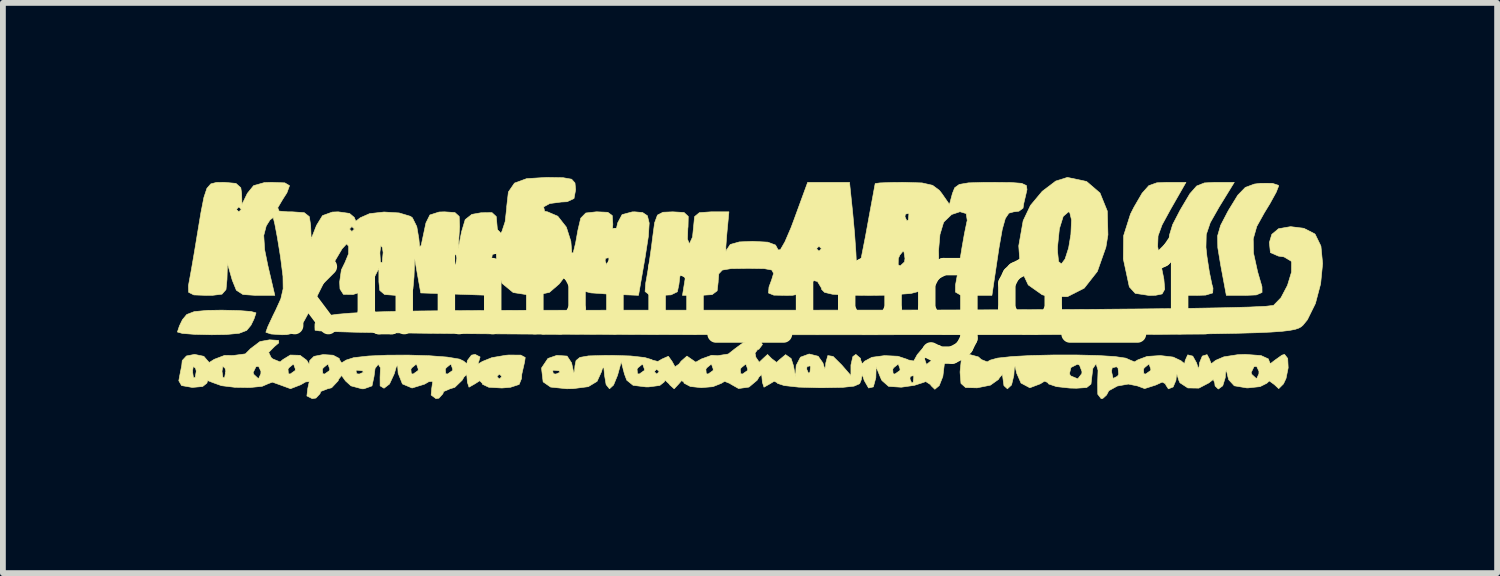
<source format=kicad_pcb>
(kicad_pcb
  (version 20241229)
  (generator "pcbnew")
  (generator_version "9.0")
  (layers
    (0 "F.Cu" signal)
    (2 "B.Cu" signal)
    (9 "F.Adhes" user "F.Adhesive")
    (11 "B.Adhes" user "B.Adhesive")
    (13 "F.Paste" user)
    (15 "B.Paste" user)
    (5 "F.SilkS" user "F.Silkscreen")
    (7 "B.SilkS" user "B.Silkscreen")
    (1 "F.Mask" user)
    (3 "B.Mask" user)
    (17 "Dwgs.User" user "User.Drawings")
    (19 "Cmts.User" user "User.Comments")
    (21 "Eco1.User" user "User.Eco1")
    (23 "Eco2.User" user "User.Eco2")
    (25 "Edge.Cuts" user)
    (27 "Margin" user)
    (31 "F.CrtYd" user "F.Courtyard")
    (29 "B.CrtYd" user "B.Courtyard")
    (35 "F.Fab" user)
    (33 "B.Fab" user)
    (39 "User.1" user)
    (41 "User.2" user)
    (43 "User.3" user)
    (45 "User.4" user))
  (footprint "kulibin_logo_1"
    (layer "F.Cu")
    (at 9.826 1.868)
    (property "Reference" "kulibin_logo_1" (at 0 0 0) (layer "F.SilkS") (effects (font (size 1.524 1.524) (thickness 0.3))))
    (attr through_hole)
    (fp_poly (pts (xy -8.765 0.43) (xy -8.554 0.446) (xy -8.467 0.47) (xy -8.467 0.471) (xy -8.502 0.576) (xy -8.554 0.683) (xy -8.628 0.772) (xy -8.758 0.822) (xy -8.985 0.843) (xy -9.232 0.847) (xy -9.523 0.84) (xy -9.734 0.824) (xy -9.821 0.8) (xy -9.821 0.799) (xy -9.786 0.694) (xy -9.734 0.587) (xy -9.66 0.498) (xy -9.53 0.448) (xy -9.303 0.427) (xy -9.056 0.423) (xy -8.765 0.43)) (stroke (width 0.01) (type solid)) (fill yes) (layer "F.SilkS"))
    (fp_poly (pts (xy 7.281 -1.311) (xy 7.136 -1.045) (xy 7.067 -0.856) (xy 7.06 -0.675) (xy 7.101 -0.436) (xy 7.105 -0.418) (xy 7.167 -0.113) (xy 7.182 0.063) (xy 7.137 0.144) (xy 7.021 0.168) (xy 6.906 0.169) (xy 6.674 0.134) (xy 6.572 0.022) (xy 6.572 0.021) (xy 6.469 -0.459) (xy 6.474 -0.859) (xy 6.592 -1.231) (xy 6.651 -1.348) (xy 6.793 -1.592) (xy 6.908 -1.721) (xy 7.045 -1.77) (xy 7.216 -1.778) (xy 7.548 -1.778) (xy 7.281 -1.311)) (stroke (width 0.01) (type solid)) (fill yes) (layer "F.SilkS"))
    (fp_poly (pts (xy 8.117 -1.35) (xy 7.966 -1.084) (xy 7.897 -0.879) (xy 7.892 -0.659) (xy 7.909 -0.502) (xy 7.951 -0.231) (xy 7.995 -0.019) (xy 8.013 0.043) (xy 8.008 0.127) (xy 7.886 0.164) (xy 7.73 0.169) (xy 7.398 0.169) (xy 7.308 -0.36) (xy 7.262 -0.659) (xy 7.262 -0.865) (xy 7.319 -1.052) (xy 7.444 -1.293) (xy 7.467 -1.333) (xy 7.615 -1.582) (xy 7.732 -1.715) (xy 7.865 -1.768) (xy 8.049 -1.778) (xy 8.38 -1.778) (xy 8.117 -1.35)) (stroke (width 0.01) (type solid)) (fill yes) (layer "F.SilkS"))
    (fp_poly (pts (xy 9.036 -1.761) (xy 9.14 -1.727) (xy 9.144 -1.715) (xy 9.102 -1.608) (xy 8.993 -1.41) (xy 8.897 -1.253) (xy 8.767 -1.019) (xy 8.706 -0.804) (xy 8.711 -0.559) (xy 8.782 -0.236) (xy 8.857 0.021) (xy 8.858 0.118) (xy 8.76 0.161) (xy 8.572 0.169) (xy 8.243 0.169) (xy 8.145 -0.356) (xy 8.096 -0.653) (xy 8.092 -0.855) (xy 8.144 -1.036) (xy 8.264 -1.267) (xy 8.288 -1.309) (xy 8.44 -1.557) (xy 8.569 -1.69) (xy 8.724 -1.748) (xy 8.836 -1.762) (xy 9.036 -1.761)) (stroke (width 0.01) (type solid)) (fill yes) (layer "F.SilkS"))
    (fp_poly (pts (xy 5.836 -1.793) (xy 6.067 -1.595) (xy 6.193 -1.284) (xy 6.204 -0.874) (xy 6.169 -0.661) (xy 6.022 -0.244) (xy 5.796 0.044) (xy 5.507 0.191) (xy 5.17 0.187) (xy 5.071 0.158) (xy 4.832 -0.011) (xy 4.696 -0.299) (xy 4.674 -0.597) (xy 5.335 -0.597) (xy 5.354 -0.413) (xy 5.403 -0.373) (xy 5.466 -0.458) (xy 5.527 -0.648) (xy 5.566 -0.882) (xy 5.577 -1.131) (xy 5.546 -1.259) (xy 5.524 -1.27) (xy 5.434 -1.192) (xy 5.368 -0.979) (xy 5.336 -0.669) (xy 5.335 -0.597) (xy 4.674 -0.597) (xy 4.668 -0.684) (xy 4.744 -1.116) (xy 4.87 -1.381) (xy 5.073 -1.624) (xy 5.305 -1.8) (xy 5.506 -1.863) (xy 5.836 -1.793)) (stroke (width 0.01) (type solid)) (fill yes) (layer "F.SilkS"))
    (fp_poly (pts (xy 9.579 -0.986) (xy 9.762 -0.893) (xy 9.773 -0.883) (xy 9.872 -0.68) (xy 9.901 -0.379) (xy 9.867 -0.032) (xy 9.777 0.309) (xy 9.638 0.59) (xy 9.562 0.683) (xy 9.531 0.71) (xy 9.489 0.733) (xy 9.427 0.754) (xy 9.333 0.772) (xy 9.198 0.788) (xy 9.012 0.801) (xy 8.765 0.812) (xy 8.447 0.821) (xy 8.048 0.829) (xy 7.558 0.834) (xy 6.967 0.839) (xy 6.265 0.842) (xy 5.442 0.844) (xy 4.488 0.846) (xy 3.394 0.846) (xy 2.148 0.847) (xy 0.974 0.847) (xy -0.373 0.846) (xy -1.626 0.844) (xy -2.778 0.84) (xy -3.822 0.835) (xy -4.75 0.829) (xy -5.555 0.821) (xy -6.227 0.812) (xy -6.761 0.803) (xy -7.148 0.792) (xy -7.38 0.78) (xy -7.451 0.769) (xy -7.453 0.712) (xy -7.452 0.661) (xy -7.439 0.617) (xy -7.404 0.578) (xy -7.337 0.545) (xy -7.227 0.517) (xy -7.066 0.494) (xy -6.843 0.475) (xy -6.548 0.459) (xy -6.171 0.447) (xy -5.703 0.438) (xy -5.133 0.432) (xy -4.452 0.428) (xy -3.65 0.425) (xy -2.717 0.424) (xy -1.643 0.423) (xy -0.418 0.423) (xy 0.777 0.423) (xy 2.261 0.422) (xy 3.609 0.42) (xy 4.818 0.415) (xy 5.883 0.41) (xy 6.801 0.402) (xy 7.568 0.393) (xy 8.18 0.382) (xy 8.635 0.37) (xy 8.928 0.356) (xy 9.055 0.341) (xy 9.058 0.339) (xy 9.184 0.209) (xy 9.296 -0.004) (xy 9.365 -0.231) (xy 9.366 -0.402) (xy 9.357 -0.422) (xy 9.236 -0.494) (xy 9.139 -0.508) (xy 9.002 -0.568) (xy 8.984 -0.742) (xy 9.026 -0.882) (xy 9.143 -0.98) (xy 9.35 -1.015) (xy 9.579 -0.986)) (stroke (width 0.01) (type solid)) (fill yes) (layer "F.SilkS"))
    (fp_poly (pts (xy 9.3 1.255) (xy 9.308 1.416) (xy 9.271 1.599) (xy 9.227 1.693) (xy 9.145 1.775) (xy 9.07 1.705) (xy 8.983 1.642) (xy 8.94 1.682) (xy 8.824 1.74) (xy 8.618 1.762) (xy 8.594 1.762) (xy 8.38 1.726) (xy 8.284 1.622) (xy 8.271 1.574) (xy 8.253 1.499) (xy 8.67 1.499) (xy 8.682 1.53) (xy 8.764 1.605) (xy 8.804 1.519) (xy 8.805 1.477) (xy 8.764 1.389) (xy 8.719 1.398) (xy 8.67 1.499) (xy 8.253 1.499) (xy 8.243 1.455) (xy 8.23 1.499) (xy 8.224 1.587) (xy 8.181 1.726) (xy 8.105 1.782) (xy 8.049 1.728) (xy 8.043 1.676) (xy 8.018 1.617) (xy 7.942 1.676) (xy 7.77 1.766) (xy 7.58 1.763) (xy 7.444 1.674) (xy 7.424 1.63) (xy 7.392 1.525) (xy 7.379 1.586) (xy 7.376 1.63) (xy 7.327 1.746) (xy 7.245 1.779) (xy 7.197 1.705) (xy 7.197 1.693) (xy 7.139 1.662) (xy 7.027 1.713) (xy 6.836 1.774) (xy 6.715 1.729) (xy 6.556 1.696) (xy 6.366 1.73) (xy 6.219 1.811) (xy 6.181 1.884) (xy 6.115 1.944) (xy 6.087 1.947) (xy 6.029 1.872) (xy 6.026 1.667) (xy 6.027 1.651) (xy 6.033 1.477) (xy 6.265 1.477) (xy 6.293 1.599) (xy 6.367 1.562) (xy 6.389 1.53) (xy 6.38 1.439) (xy 6.816 1.439) (xy 6.822 1.517) (xy 6.853 1.524) (xy 6.939 1.463) (xy 6.943 1.439) (xy 6.914 1.357) (xy 6.905 1.355) (xy 6.833 1.414) (xy 6.816 1.439) (xy 6.38 1.439) (xy 6.378 1.421) (xy 6.351 1.398) (xy 6.278 1.416) (xy 6.265 1.477) (xy 6.033 1.477) (xy 6.033 1.456) (xy 6.003 1.358) (xy 5.994 1.355) (xy 5.944 1.427) (xy 5.927 1.567) (xy 5.912 1.697) (xy 5.838 1.756) (xy 5.66 1.768) (xy 5.546 1.765) (xy 5.318 1.74) (xy 5.182 1.694) (xy 5.165 1.669) (xy 5.113 1.646) (xy 5.039 1.692) (xy 4.859 1.76) (xy 4.707 1.679) (xy 4.637 1.519) (xy 5.541 1.519) (xy 5.562 1.555) (xy 5.685 1.606) (xy 5.755 1.515) (xy 5.757 1.482) (xy 5.714 1.369) (xy 5.678 1.355) (xy 5.567 1.411) (xy 5.541 1.519) (xy 4.637 1.519) (xy 4.632 1.508) (xy 4.605 1.389) (xy 4.591 1.426) (xy 4.584 1.545) (xy 4.544 1.712) (xy 4.473 1.778) (xy 4.413 1.723) (xy 4.4 1.63) (xy 4.387 1.53) (xy 4.335 1.588) (xy 4.319 1.616) (xy 4.18 1.715) (xy 3.951 1.761) (xy 3.949 1.761) (xy 3.753 1.756) (xy 3.673 1.685) (xy 3.658 1.5) (xy 3.658 1.479) (xy 3.679 1.273) (xy 3.756 1.192) (xy 3.813 1.185) (xy 3.973 1.228) (xy 4.024 1.274) (xy 4.125 1.314) (xy 4.177 1.284) (xy 4.302 1.249) (xy 4.551 1.222) (xy 4.886 1.204) (xy 5.27 1.195) (xy 5.663 1.195) (xy 6.027 1.204) (xy 6.324 1.222) (xy 6.514 1.25) (xy 6.563 1.273) (xy 6.661 1.314) (xy 6.72 1.279) (xy 6.878 1.22) (xy 7.106 1.205) (xy 7.327 1.231) (xy 7.465 1.296) (xy 7.471 1.303) (xy 7.525 1.345) (xy 7.534 1.291) (xy 7.578 1.193) (xy 7.665 1.215) (xy 7.731 1.333) (xy 7.763 1.438) (xy 7.776 1.378) (xy 7.78 1.333) (xy 7.829 1.214) (xy 7.911 1.189) (xy 7.958 1.277) (xy 7.959 1.287) (xy 7.984 1.346) (xy 8.06 1.287) (xy 8.201 1.227) (xy 8.44 1.19) (xy 8.568 1.185) (xy 8.84 1.205) (xy 8.967 1.263) (xy 8.975 1.287) (xy 9 1.346) (xy 9.076 1.287) (xy 9.201 1.198) (xy 9.246 1.185) (xy 9.3 1.255)) (stroke (width 0.01) (type solid)) (fill yes) (layer "F.SilkS"))
    (fp_poly (pts (xy 3.003 -1.768) (xy 3.184 -1.727) (xy 3.3 -1.641) (xy 3.342 -1.588) (xy 3.475 -1.397) (xy 3.526 -1.587) (xy 3.565 -1.685) (xy 3.644 -1.742) (xy 3.802 -1.769) (xy 4.077 -1.778) (xy 4.211 -1.778) (xy 4.533 -1.775) (xy 4.718 -1.761) (xy 4.8 -1.723) (xy 4.81 -1.652) (xy 4.795 -1.587) (xy 4.754 -1.412) (xy 4.742 -1.333) (xy 4.671 -1.281) (xy 4.581 -1.27) (xy 4.498 -1.247) (xy 4.437 -1.157) (xy 4.384 -0.968) (xy 4.328 -0.65) (xy 4.313 -0.55) (xy 4.206 0.169) (xy 3.874 0.169) (xy 3.662 0.161) (xy 3.578 0.112) (xy 3.579 -0.011) (xy 3.589 -0.064) (xy 3.633 -0.306) (xy 3.681 -0.595) (xy 3.687 -0.635) (xy 3.732 -0.891) (xy 3.774 -1.094) (xy 3.781 -1.122) (xy 3.763 -1.24) (xy 3.656 -1.272) (xy 3.512 -1.224) (xy 3.383 -1.1) (xy 3.371 -1.079) (xy 3.311 -0.879) (xy 3.287 -0.601) (xy 3.29 -0.497) (xy 3.287 -0.235) (xy 3.221 -0.051) (xy 3.07 0.068) (xy 2.811 0.136) (xy 2.421 0.165) (xy 2.098 0.169) (xy 1.708 0.165) (xy 1.459 0.149) (xy 1.324 0.117) (xy 1.273 0.065) (xy 1.27 0.042) (xy 1.202 -0.07) (xy 1.143 -0.085) (xy 1.031 -0.017) (xy 1.016 0.042) (xy 0.96 0.131) (xy 0.775 0.167) (xy 0.677 0.169) (xy 0.45 0.165) (xy 0.358 0.128) (xy 0.367 0.024) (xy 0.413 -0.1) (xy 0.446 -0.21) (xy 0.415 -0.268) (xy 0.286 -0.292) (xy 0.025 -0.296) (xy -0.01 -0.296) (xy -0.288 -0.292) (xy -0.437 -0.267) (xy -0.497 -0.203) (xy -0.508 -0.08) (xy -0.508 -0.064) (xy -0.526 0.091) (xy -0.613 0.156) (xy -0.815 0.169) (xy -1.123 0.169) (xy -1.072 -0.148) (xy -1.051 -0.338) (xy -1.077 -0.37) (xy -1.102 -0.339) (xy -1.169 -0.151) (xy -1.184 -0.021) (xy -1.211 0.107) (xy -1.32 0.16) (xy -1.492 0.169) (xy -1.693 0.16) (xy -1.767 0.102) (xy -1.755 -0.049) (xy -1.745 -0.101) (xy -1.703 -0.348) (xy -1.657 -0.667) (xy -1.638 -0.821) (xy -1.603 -1.081) (xy -1.554 -1.214) (xy -1.459 -1.263) (xy -1.291 -1.27) (xy -1.096 -1.259) (xy -1.023 -1.191) (xy -1.027 -1.014) (xy -1.031 -0.98) (xy -1.037 -0.8) (xy -1.008 -0.728) (xy -0.998 -0.731) (xy -0.95 -0.836) (xy -0.931 -1.021) (xy -0.915 -1.187) (xy -0.832 -1.256) (xy -0.632 -1.27) (xy -0.627 -1.27) (xy -0.323 -1.27) (xy -0.361 -0.868) (xy -0.376 -0.667) (xy -0.374 -0.588) (xy -0.363 -0.614) (xy -0.3 -0.708) (xy -0.144 -0.752) (xy 0.084 -0.762) (xy 0.346 -0.748) (xy 0.48 -0.698) (xy 0.525 -0.614) (xy 0.563 -0.618) (xy 0.573 -0.635) (xy 1.185 -0.635) (xy 1.228 -0.593) (xy 1.27 -0.635) (xy 1.228 -0.677) (xy 1.185 -0.635) (xy 0.573 -0.635) (xy 0.642 -0.755) (xy 0.747 -0.999) (xy 0.793 -1.122) (xy 1.033 -1.778) (xy 1.754 -1.778) (xy 1.808 -1.258) (xy 1.84 -0.908) (xy 1.864 -0.566) (xy 1.872 -0.39) (xy 1.884 -0.276) (xy 1.912 -0.307) (xy 1.925 -0.357) (xy 2.592 -0.357) (xy 2.627 -0.339) (xy 2.7 -0.407) (xy 2.709 -0.466) (xy 2.691 -0.579) (xy 2.676 -0.593) (xy 2.621 -0.526) (xy 2.594 -0.466) (xy 2.592 -0.357) (xy 1.925 -0.357) (xy 1.958 -0.489) (xy 2.025 -0.83) (xy 2.036 -0.889) (xy 2.09 -1.185) (xy 2.709 -1.185) (xy 2.74 -1.116) (xy 2.766 -1.129) (xy 2.776 -1.229) (xy 2.766 -1.242) (xy 2.715 -1.23) (xy 2.709 -1.185) (xy 2.09 -1.185) (xy 2.101 -1.245) (xy 2.154 -1.531) (xy 2.187 -1.712) (xy 2.196 -1.757) (xy 2.276 -1.768) (xy 2.478 -1.776) (xy 2.705 -1.778) (xy 3.003 -1.768)) (stroke (width 0.01) (type solid)) (fill yes) (layer "F.SilkS"))
    (fp_poly (pts (xy -8.079 0.944) (xy -8.075 0.987) (xy -8.15 1.05) (xy -8.249 1.151) (xy -8.207 1.239) (xy -8.179 1.263) (xy -8.052 1.315) (xy -8.004 1.274) (xy -7.876 1.196) (xy -7.708 1.201) (xy -7.593 1.287) (xy -7.591 1.291) (xy -7.553 1.354) (xy -7.542 1.291) (xy -7.469 1.219) (xy -7.31 1.188) (xy -7.14 1.199) (xy -7.035 1.254) (xy -7.027 1.28) (xy -6.993 1.332) (xy -6.915 1.283) (xy -6.783 1.241) (xy -6.531 1.213) (xy -6.201 1.198) (xy -5.837 1.197) (xy -5.482 1.208) (xy -5.176 1.231) (xy -4.964 1.266) (xy -4.891 1.301) (xy -4.837 1.347) (xy -4.827 1.291) (xy -4.757 1.198) (xy -4.694 1.185) (xy -4.608 1.229) (xy -4.626 1.291) (xy -4.648 1.354) (xy -4.567 1.306) (xy -4.405 1.241) (xy -4.164 1.2) (xy -4.117 1.196) (xy -3.908 1.197) (xy -3.831 1.238) (xy -3.842 1.316) (xy -3.89 1.526) (xy -3.895 1.602) (xy -3.936 1.703) (xy -4.086 1.752) (xy -4.233 1.764) (xy -4.459 1.751) (xy -4.568 1.699) (xy -4.572 1.682) (xy -4.614 1.639) (xy -4.699 1.693) (xy -4.799 1.75) (xy -4.828 1.662) (xy -4.829 1.64) (xy -4.835 1.566) (xy -4.318 1.566) (xy -4.276 1.609) (xy -4.233 1.566) (xy -4.276 1.524) (xy -4.318 1.566) (xy -4.835 1.566) (xy -4.839 1.531) (xy -4.885 1.575) (xy -4.917 1.63) (xy -5.044 1.753) (xy -5.127 1.778) (xy -5.236 1.825) (xy -5.249 1.863) (xy -5.317 1.939) (xy -5.368 1.947) (xy -5.451 1.885) (xy -5.441 1.77) (xy -5.423 1.648) (xy -5.491 1.655) (xy -5.565 1.698) (xy -5.78 1.764) (xy -5.946 1.694) (xy -6.02 1.508) (xy -6.02 1.505) (xy -6.024 1.439) (xy -5.8 1.439) (xy -5.793 1.517) (xy -5.762 1.524) (xy -5.676 1.463) (xy -5.673 1.439) (xy -5.207 1.439) (xy -5.2 1.517) (xy -5.17 1.524) (xy -5.083 1.463) (xy -5.08 1.439) (xy -5.109 1.357) (xy -5.117 1.355) (xy -5.19 1.414) (xy -5.207 1.439) (xy -5.673 1.439) (xy -5.702 1.357) (xy -5.71 1.355) (xy -5.782 1.414) (xy -5.8 1.439) (xy -6.024 1.439) (xy -6.029 1.373) (xy -6.051 1.398) (xy -6.086 1.518) (xy -6.168 1.695) (xy -6.263 1.768) (xy -6.33 1.727) (xy -6.331 1.577) (xy -6.324 1.415) (xy -6.362 1.355) (xy -6.417 1.427) (xy -6.435 1.566) (xy -6.47 1.728) (xy -6.607 1.777) (xy -6.642 1.778) (xy -6.832 1.727) (xy -6.926 1.642) (xy -6.993 1.549) (xy -7.041 1.609) (xy -7.054 1.642) (xy -7.165 1.76) (xy -7.236 1.778) (xy -7.351 1.823) (xy -7.366 1.863) (xy -7.435 1.937) (xy -7.499 1.947) (xy -7.591 1.901) (xy -7.576 1.773) (xy -7.55 1.654) (xy -7.613 1.659) (xy -7.697 1.708) (xy -7.873 1.776) (xy -8.039 1.715) (xy -8.185 1.663) (xy -8.251 1.687) (xy -8.362 1.735) (xy -8.576 1.756) (xy -8.831 1.752) (xy -9.062 1.724) (xy -9.207 1.672) (xy -9.207 1.672) (xy -9.3 1.636) (xy -9.313 1.68) (xy -9.386 1.738) (xy -9.563 1.754) (xy -9.571 1.753) (xy -9.749 1.722) (xy -9.797 1.639) (xy -9.784 1.566) (xy -9.766 1.475) (xy -9.561 1.475) (xy -9.545 1.584) (xy -9.516 1.586) (xy -9.496 1.475) (xy -9.053 1.475) (xy -9.037 1.584) (xy -9.008 1.586) (xy -8.993 1.499) (xy -8.517 1.499) (xy -8.505 1.53) (xy -8.424 1.605) (xy -8.384 1.519) (xy -8.382 1.477) (xy -8.4 1.439) (xy -7.916 1.439) (xy -7.91 1.517) (xy -7.879 1.524) (xy -7.793 1.463) (xy -7.789 1.439) (xy -7.324 1.439) (xy -7.317 1.517) (xy -7.286 1.524) (xy -7.207 1.468) (xy -6.745 1.468) (xy -6.733 1.518) (xy -6.689 1.524) (xy -6.619 1.493) (xy -6.632 1.468) (xy -6.733 1.457) (xy -6.745 1.468) (xy -7.207 1.468) (xy -7.2 1.463) (xy -7.197 1.439) (xy -7.226 1.357) (xy -7.234 1.355) (xy -7.306 1.414) (xy -7.324 1.439) (xy -7.789 1.439) (xy -7.818 1.357) (xy -7.827 1.355) (xy -7.899 1.414) (xy -7.916 1.439) (xy -8.4 1.439) (xy -8.424 1.389) (xy -8.468 1.398) (xy -8.517 1.499) (xy -8.993 1.499) (xy -8.988 1.472) (xy -9.001 1.423) (xy -9.039 1.391) (xy -9.053 1.475) (xy -9.496 1.475) (xy -9.496 1.472) (xy -9.509 1.423) (xy -9.547 1.391) (xy -9.561 1.475) (xy -9.766 1.475) (xy -9.746 1.375) (xy -9.738 1.291) (xy -9.665 1.212) (xy -9.525 1.185) (xy -9.366 1.218) (xy -9.313 1.28) (xy -9.273 1.325) (xy -9.187 1.27) (xy -9.008 1.202) (xy -8.86 1.204) (xy -8.65 1.176) (xy -8.562 1.087) (xy -8.399 0.964) (xy -8.233 0.934) (xy -8.079 0.944)) (stroke (width 0.01) (type solid)) (fill yes) (layer "F.SilkS"))
    (fp_poly (pts (xy 0.222 0.954) (xy 0.254 1.016) (xy 0.192 1.098) (xy 0.172 1.101) (xy 0.127 1.163) (xy 0.141 1.235) (xy 0.199 1.32) (xy 0.266 1.256) (xy 0.342 1.186) (xy 0.413 1.258) (xy 0.498 1.323) (xy 0.545 1.279) (xy 0.653 1.189) (xy 0.748 1.256) (xy 0.787 1.376) (xy 0.824 1.566) (xy 0.831 1.439) (xy 1.016 1.439) (xy 1.047 1.509) (xy 1.072 1.496) (xy 1.083 1.395) (xy 1.072 1.383) (xy 1.022 1.395) (xy 1.016 1.439) (xy 0.831 1.439) (xy 0.835 1.376) (xy 0.909 1.233) (xy 1.059 1.178) (xy 1.214 1.217) (xy 1.296 1.333) (xy 1.328 1.438) (xy 1.342 1.378) (xy 1.345 1.333) (xy 1.38 1.205) (xy 1.471 1.22) (xy 1.62 1.368) (xy 1.778 1.55) (xy 1.778 1.368) (xy 1.811 1.223) (xy 1.863 1.185) (xy 1.942 1.252) (xy 1.949 1.291) (xy 1.973 1.348) (xy 2.012 1.303) (xy 2.14 1.235) (xy 2.357 1.206) (xy 2.587 1.217) (xy 2.755 1.273) (xy 2.763 1.28) (xy 2.859 1.299) (xy 2.876 1.27) (xy 3.048 1.27) (xy 3.077 1.352) (xy 3.085 1.355) (xy 3.158 1.295) (xy 3.175 1.27) (xy 3.168 1.192) (xy 3.138 1.185) (xy 3.051 1.247) (xy 3.048 1.27) (xy 2.876 1.27) (xy 2.92 1.19) (xy 3.044 1.044) (xy 3.181 1.016) (xy 3.314 1.036) (xy 3.373 1.127) (xy 3.387 1.337) (xy 3.387 1.35) (xy 3.361 1.565) (xy 3.299 1.722) (xy 3.223 1.786) (xy 3.156 1.721) (xy 3.152 1.708) (xy 3.067 1.653) (xy 3.02 1.67) (xy 2.871 1.718) (xy 2.648 1.75) (xy 2.641 1.75) (xy 2.427 1.736) (xy 2.312 1.635) (xy 2.299 1.609) (xy 2.794 1.609) (xy 2.825 1.678) (xy 2.85 1.665) (xy 2.861 1.565) (xy 2.85 1.552) (xy 2.8 1.564) (xy 2.794 1.609) (xy 2.299 1.609) (xy 2.287 1.583) (xy 2.229 1.439) (xy 2.498 1.439) (xy 2.504 1.517) (xy 2.535 1.524) (xy 2.621 1.463) (xy 2.625 1.439) (xy 2.596 1.357) (xy 2.587 1.355) (xy 2.515 1.414) (xy 2.498 1.439) (xy 2.229 1.439) (xy 2.212 1.397) (xy 2.207 1.587) (xy 2.164 1.745) (xy 2.082 1.764) (xy 2.006 1.632) (xy 2.006 1.63) (xy 1.973 1.533) (xy 1.959 1.599) (xy 1.957 1.621) (xy 1.928 1.69) (xy 1.831 1.732) (xy 1.635 1.753) (xy 1.308 1.759) (xy 1.228 1.759) (xy 0.878 1.749) (xy 0.63 1.722) (xy 0.513 1.684) (xy 0.508 1.673) (xy 0.457 1.647) (xy 0.381 1.693) (xy 0.281 1.75) (xy 0.252 1.662) (xy 0.251 1.64) (xy 0.241 1.531) (xy 0.195 1.575) (xy 0.163 1.63) (xy 0.022 1.748) (xy -0.157 1.773) (xy -0.295 1.695) (xy -0.299 1.689) (xy -0.397 1.649) (xy -0.455 1.684) (xy -0.599 1.741) (xy -0.799 1.758) (xy -0.987 1.738) (xy -1.095 1.681) (xy -1.102 1.659) (xy -1.138 1.637) (xy -1.187 1.693) (xy -1.266 1.778) (xy -1.342 1.71) (xy -1.353 1.693) (xy -1.422 1.629) (xy -1.438 1.66) (xy -1.514 1.72) (xy -1.705 1.745) (xy -1.753 1.745) (xy -1.973 1.718) (xy -2.082 1.63) (xy -2.122 1.524) (xy -2.144 1.439) (xy -1.905 1.439) (xy -1.898 1.517) (xy -1.868 1.524) (xy -1.808 1.482) (xy -1.609 1.482) (xy -1.566 1.524) (xy -1.524 1.482) (xy -1.566 1.439) (xy -0.72 1.439) (xy -0.713 1.517) (xy -0.682 1.524) (xy -0.596 1.463) (xy -0.593 1.439) (xy -0.127 1.439) (xy -0.12 1.517) (xy -0.09 1.524) (xy -0.003 1.463) (xy 0 1.439) (xy -0.029 1.357) (xy -0.037 1.355) (xy -0.11 1.414) (xy -0.127 1.439) (xy -0.593 1.439) (xy -0.622 1.357) (xy -0.63 1.355) (xy -0.702 1.414) (xy -0.72 1.439) (xy -1.566 1.439) (xy -1.609 1.482) (xy -1.808 1.482) (xy -1.781 1.463) (xy -1.778 1.439) (xy -1.807 1.357) (xy -1.815 1.355) (xy -1.888 1.414) (xy -1.905 1.439) (xy -2.144 1.439) (xy -2.177 1.312) (xy -2.241 1.545) (xy -2.31 1.713) (xy -2.38 1.778) (xy -2.438 1.705) (xy -2.465 1.545) (xy -2.478 1.406) (xy -2.502 1.428) (xy -2.517 1.482) (xy -2.594 1.65) (xy -2.745 1.741) (xy -3.009 1.775) (xy -3.114 1.777) (xy -3.394 1.748) (xy -3.522 1.659) (xy -3.523 1.656) (xy -3.545 1.468) (xy -3.358 1.468) (xy -3.347 1.518) (xy -3.302 1.524) (xy -3.232 1.493) (xy -3.246 1.468) (xy -3.346 1.457) (xy -3.358 1.468) (xy -3.545 1.468) (xy -3.55 1.419) (xy -3.44 1.255) (xy -3.287 1.202) (xy -3.11 1.214) (xy -3.032 1.332) (xy -3.024 1.371) (xy -2.995 1.503) (xy -2.981 1.473) (xy -2.975 1.384) (xy -2.956 1.291) (xy -2.89 1.237) (xy -2.741 1.211) (xy -2.473 1.203) (xy -2.328 1.202) (xy -2.016 1.212) (xy -1.774 1.239) (xy -1.649 1.276) (xy -1.643 1.283) (xy -1.547 1.307) (xy -1.475 1.265) (xy -1.366 1.217) (xy -1.303 1.305) (xy -1.251 1.399) (xy -1.183 1.352) (xy -1.146 1.302) (xy -1.046 1.214) (xy -0.979 1.261) (xy -0.894 1.319) (xy -0.797 1.264) (xy -0.62 1.2) (xy -0.518 1.207) (xy -0.335 1.179) (xy -0.222 1.09) (xy -0.075 0.982) (xy 0.093 0.933) (xy 0.222 0.954)) (stroke (width 0.01) (type solid)) (fill yes) (layer "F.SilkS"))
    (fp_poly (pts (xy -3.179 -1.858) (xy -3.032 -1.832) (xy -2.974 -1.767) (xy -2.963 -1.651) (xy -2.991 -1.499) (xy -3.11 -1.444) (xy -3.212 -1.439) (xy -3.408 -1.413) (xy -3.514 -1.355) (xy -3.497 -1.28) (xy -3.447 -1.27) (xy -3.271 -1.195) (xy -3.123 -1.007) (xy -3.045 -0.763) (xy -3.041 -0.713) (xy -3.029 -0.561) (xy -3.004 -0.567) (xy -2.963 -0.735) (xy -2.924 -0.953) (xy -2.875 -1.161) (xy -2.788 -1.25) (xy -2.61 -1.27) (xy -2.587 -1.27) (xy -2.409 -1.262) (xy -2.332 -1.206) (xy -2.322 -1.054) (xy -2.334 -0.91) (xy -2.345 -0.726) (xy -2.332 -0.701) (xy -2.293 -0.836) (xy -2.239 -1.079) (xy -2.163 -1.222) (xy -1.988 -1.269) (xy -1.946 -1.27) (xy -1.809 -1.258) (xy -1.727 -1.203) (xy -1.696 -1.077) (xy -1.71 -0.85) (xy -1.765 -0.494) (xy -1.787 -0.368) (xy -1.88 0.168) (xy -2.398 0.147) (xy -2.7 0.126) (xy -2.877 0.081) (xy -2.976 -0.002) (xy -3.005 -0.051) (xy -3.094 -0.229) (xy -3.244 -0.03) (xy -3.414 0.117) (xy -3.662 0.168) (xy -3.723 0.169) (xy -4.038 0.12) (xy -4.231 -0.039) (xy -4.317 -0.322) (xy -4.321 -0.393) (xy -3.752 -0.393) (xy -3.714 -0.339) (xy -3.659 -0.411) (xy -3.657 -0.423) (xy -2.455 -0.423) (xy -2.424 -0.354) (xy -2.399 -0.367) (xy -2.389 -0.467) (xy -2.399 -0.48) (xy -2.449 -0.468) (xy -2.455 -0.423) (xy -3.657 -0.423) (xy -3.641 -0.55) (xy -3.652 -0.71) (xy -3.673 -0.762) (xy -3.711 -0.69) (xy -3.746 -0.55) (xy -3.752 -0.393) (xy -4.321 -0.393) (xy -4.325 -0.451) (xy -4.335 -0.662) (xy -4.356 -0.712) (xy -4.388 -0.597) (xy -4.432 -0.315) (xy -4.443 -0.235) (xy -4.497 0.166) (xy -5.064 0.146) (xy -5.63 0.127) (xy -5.683 -0.169) (xy -5.735 -0.466) (xy -5.746 -0.148) (xy -5.765 0.06) (xy -5.834 0.149) (xy -6.001 0.169) (xy -6.054 0.169) (xy -6.253 0.154) (xy -6.336 0.083) (xy -6.351 -0.064) (xy -6.352 -0.296) (xy -6.459 -0.085) (xy -6.64 0.104) (xy -6.796 0.154) (xy -6.962 0.151) (xy -7.021 0.058) (xy -7.027 -0.062) (xy -6.997 -0.271) (xy -6.935 -0.397) (xy -6.873 -0.548) (xy -6.873 -0.55) (xy -6.333 -0.55) (xy -6.324 -0.406) (xy -6.298 -0.393) (xy -6.294 -0.401) (xy -6.287 -0.473) (xy -5.073 -0.473) (xy -5.058 -0.363) (xy -5.029 -0.362) (xy -5.009 -0.475) (xy -5.022 -0.524) (xy -5.06 -0.556) (xy -5.073 -0.473) (xy -6.287 -0.473) (xy -6.278 -0.569) (xy -6.291 -0.655) (xy -6.318 -0.689) (xy -6.333 -0.577) (xy -6.333 -0.55) (xy -6.873 -0.55) (xy -6.872 -0.677) (xy -6.907 -0.718) (xy -6.985 -0.633) (xy -7.115 -0.413) (xy -7.301 -0.048) (xy -7.32 -0.009) (xy -7.505 0.362) (xy -7.638 0.607) (xy -7.74 0.751) (xy -7.834 0.822) (xy -7.941 0.845) (xy -8.019 0.847) (xy -8.208 0.834) (xy -8.296 0.805) (xy -8.297 0.801) (xy -8.262 0.704) (xy -8.173 0.514) (xy -8.127 0.421) (xy -8.04 0.229) (xy -8 0.055) (xy -8.003 -0.16) (xy -8.043 -0.475) (xy -8.051 -0.528) (xy -8.1 -0.83) (xy -8.143 -1.058) (xy -8.17 -1.168) (xy -8.172 -1.171) (xy -8.226 -1.131) (xy -8.291 -1.028) (xy -8.334 -0.863) (xy -8.318 -0.615) (xy -8.263 -0.344) (xy -8.143 0.169) (xy -8.472 0.169) (xy -8.692 0.154) (xy -8.806 0.08) (xy -8.877 -0.095) (xy -8.88 -0.106) (xy -8.959 -0.381) (xy -8.967 -0.106) (xy -8.984 0.069) (xy -9.053 0.148) (xy -9.225 0.169) (xy -9.32 0.169) (xy -9.538 0.161) (xy -9.628 0.116) (xy -9.631 0.002) (xy -9.619 -0.064) (xy -9.581 -0.271) (xy -9.529 -0.573) (xy -9.484 -0.847) (xy -9.417 -1.251) (xy -9.405 -1.312) (xy -8.805 -1.312) (xy -8.763 -1.27) (xy -8.721 -1.312) (xy -8.763 -1.355) (xy -8.805 -1.312) (xy -9.405 -1.312) (xy -9.365 -1.517) (xy -9.313 -1.674) (xy -9.246 -1.751) (xy -9.15 -1.776) (xy -9.015 -1.778) (xy -8.813 -1.76) (xy -8.729 -1.685) (xy -8.715 -1.587) (xy -8.709 -1.397) (xy -8.617 -1.587) (xy -8.509 -1.721) (xy -8.322 -1.774) (xy -8.2 -1.778) (xy -7.971 -1.769) (xy -7.89 -1.721) (xy -7.935 -1.598) (xy -8.011 -1.479) (xy -8.093 -1.34) (xy -8.07 -1.283) (xy -7.916 -1.27) (xy -7.841 -1.27) (xy -7.637 -1.256) (xy -7.549 -1.187) (xy -7.526 -1.037) (xy -7.517 -0.804) (xy -7.45 -0.974) (xy -6.858 -0.974) (xy -6.816 -0.931) (xy -6.773 -0.974) (xy -6.816 -1.016) (xy -6.858 -0.974) (xy -7.45 -0.974) (xy -7.425 -1.037) (xy -7.322 -1.205) (xy -7.154 -1.266) (xy -7.053 -1.27) (xy -6.857 -1.243) (xy -6.774 -1.173) (xy -6.773 -1.168) (xy -6.748 -1.109) (xy -6.672 -1.168) (xy -6.511 -1.239) (xy -6.262 -1.267) (xy -6.002 -1.251) (xy -5.808 -1.193) (xy -5.774 -1.168) (xy -5.698 -1.015) (xy -5.663 -0.809) (xy -5.649 -0.668) (xy -5.624 -0.691) (xy -5.617 -0.72) (xy -5.569 -0.947) (xy -5.541 -1.079) (xy -5.473 -1.216) (xy -5.314 -1.267) (xy -5.222 -1.27) (xy -5.042 -1.258) (xy -4.968 -1.191) (xy -4.961 -1.016) (xy -4.965 -0.953) (xy -4.985 -0.635) (xy -4.926 -0.931) (xy -4.865 -1.136) (xy -4.751 -1.226) (xy -4.593 -1.254) (xy -4.404 -1.257) (xy -4.33 -1.189) (xy -4.317 -1.043) (xy -4.304 -0.892) (xy -4.261 -0.893) (xy -4.233 -0.931) (xy -4.177 -1.1) (xy -4.15 -1.338) (xy -4.15 -1.359) (xy -4.121 -1.612) (xy -4.016 -1.765) (xy -3.806 -1.842) (xy -3.46 -1.863) (xy -3.454 -1.863) (xy -3.179 -1.858)) (stroke (width 0.01) (type solid)) (fill yes) (layer "F.SilkS")))
  (gr_rect
    (start -3 -3)
    (end 22.732 6.82)
    (stroke (width 0.1) (type default))
    (fill no)
    (layer "Edge.Cuts")))
</source>
